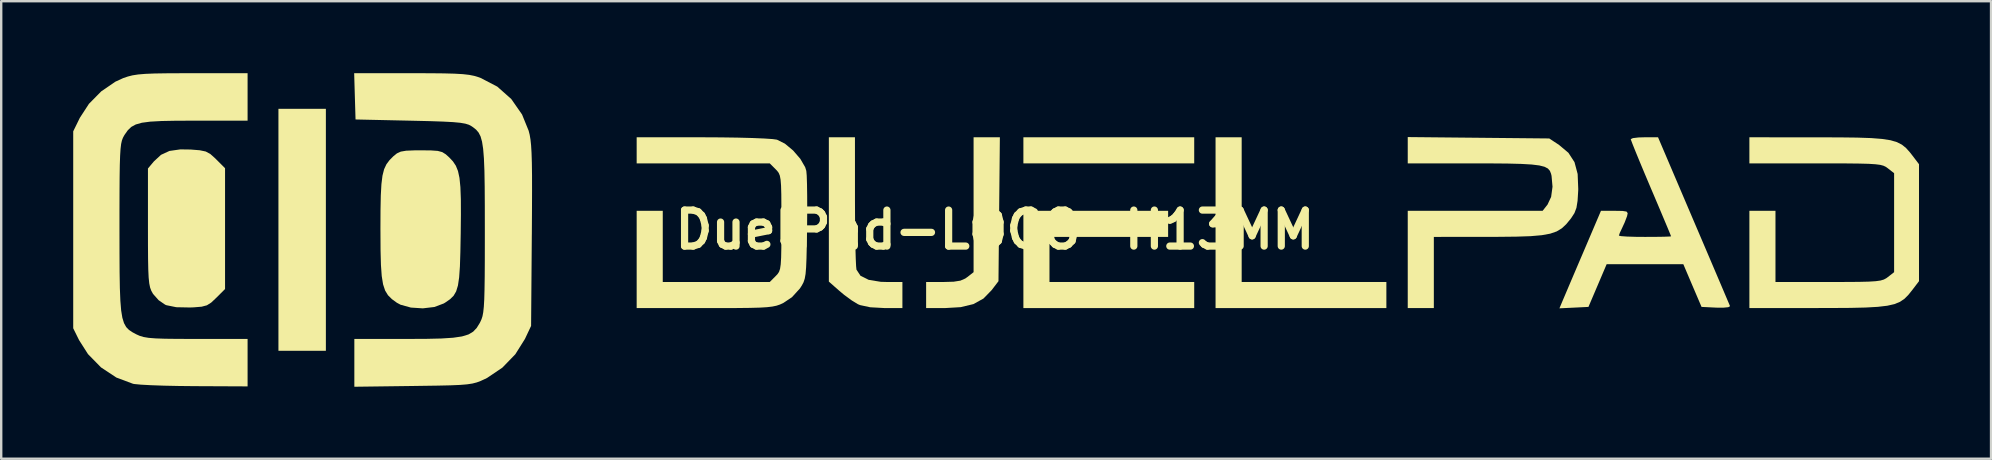
<source format=kicad_pcb>
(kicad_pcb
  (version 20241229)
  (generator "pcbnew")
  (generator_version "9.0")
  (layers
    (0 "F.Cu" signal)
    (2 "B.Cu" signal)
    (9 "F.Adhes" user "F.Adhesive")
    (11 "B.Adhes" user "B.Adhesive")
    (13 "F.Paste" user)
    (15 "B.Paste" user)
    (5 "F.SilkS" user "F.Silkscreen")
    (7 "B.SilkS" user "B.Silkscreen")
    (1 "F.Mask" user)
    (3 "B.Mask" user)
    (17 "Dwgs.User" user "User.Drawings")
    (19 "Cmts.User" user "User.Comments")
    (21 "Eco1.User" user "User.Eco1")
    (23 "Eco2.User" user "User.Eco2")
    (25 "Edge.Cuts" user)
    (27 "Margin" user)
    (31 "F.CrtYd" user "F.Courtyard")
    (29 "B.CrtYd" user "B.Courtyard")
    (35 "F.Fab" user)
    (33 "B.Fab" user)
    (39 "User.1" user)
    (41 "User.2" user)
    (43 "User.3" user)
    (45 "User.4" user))
  (footprint "DuelPad-LOGO-H13MM"
    (layer "F.Cu")
    (at 38.396 6.523)
    (property "Reference" "DuelPad-LOGO-H13MM" (at 0 0 0) (layer "F.SilkS") (effects (font (size 1.5 1.5) (thickness 0.3))))
    (attr board_only exclude_from_pos_files exclude_from_bom)
    (fp_poly (pts (xy -27.871 0) (xy -27.871 5.04) (xy -28.859 5.04) (xy -29.847 5.04) (xy -29.847 0) (xy -29.847 -5.04) (xy -28.859 -5.04) (xy -27.871 -5.04)) (stroke (width 0) (type solid)) (fill yes) (layer "F.SilkS"))
    (fp_poly (pts (xy 8.302 -3.311) (xy 8.302 -2.767) (xy 4.744 -2.767) (xy 1.186 -2.767) (xy 1.186 -3.311) (xy 1.186 -3.854) (xy 4.744 -3.854) (xy 8.302 -3.854)) (stroke (width 0) (type solid)) (fill yes) (layer "F.SilkS"))
    (fp_poly (pts (xy 10.279 -0.84) (xy 10.279 2.174) (xy 13.293 2.174) (xy 16.307 2.174) (xy 16.307 2.718) (xy 16.307 3.261) (xy 12.749 3.261) (xy 9.191 3.261) (xy 9.191 -0.296) (xy 9.191 -3.854) (xy 9.735 -3.854) (xy 10.279 -3.854)) (stroke (width 0) (type solid)) (fill yes) (layer "F.SilkS"))
    (fp_poly (pts (xy 7.215 -0.247) (xy 7.215 0.296) (xy 4.744 0.296) (xy 2.273 0.296) (xy 2.273 1.235) (xy 2.273 2.174) (xy 5.288 2.174) (xy 8.302 2.174) (xy 8.302 2.718) (xy 8.302 3.261) (xy 4.744 3.261) (xy 1.186 3.261) (xy 1.186 1.235) (xy 1.186 -0.791) (xy 4.2 -0.791) (xy 7.215 -0.791)) (stroke (width 0) (type solid)) (fill yes) (layer "F.SilkS"))
    (fp_poly (pts (xy 0.177 -0.857) (xy 0.148 2.141) (xy -0.137 2.514) (xy -0.478 2.864) (xy -0.896 3.095) (xy -1.425 3.222) (xy -2.051 3.259) (xy -2.866 3.261) (xy -2.866 2.718) (xy -2.866 2.174) (xy -2.138 2.174) (xy -1.72 2.162) (xy -1.439 2.118) (xy -1.236 2.03) (xy -1.15 1.969) (xy -0.889 1.765) (xy -0.889 -1.045) (xy -0.889 -3.854) (xy -0.342 -3.854) (xy 0.206 -3.854)) (stroke (width 0) (type solid)) (fill yes) (layer "F.SilkS"))
    (fp_poly (pts (xy -5.83 -1.211) (xy -5.827 -0.496) (xy -5.821 0.162) (xy -5.811 0.736) (xy -5.798 1.196) (xy -5.783 1.514) (xy -5.768 1.659) (xy -5.6 1.914) (xy -5.26 2.084) (xy -4.755 2.167) (xy -4.502 2.174) (xy -3.854 2.174) (xy -3.854 2.718) (xy -3.854 3.261) (xy -4.62 3.259) (xy -5.197 3.227) (xy -5.615 3.137) (xy -5.708 3.099) (xy -5.965 2.942) (xy -6.279 2.711) (xy -6.474 2.549) (xy -6.918 2.158) (xy -6.918 -0.848) (xy -6.918 -3.854) (xy -6.375 -3.854) (xy -5.831 -3.854)) (stroke (width 0) (type solid)) (fill yes) (layer "F.SilkS"))
    (fp_poly (pts (xy -33.504 -3.344) (xy -33.127 -3.314) (xy -32.877 -3.262) (xy -32.686 -3.159) (xy -32.484 -2.979) (xy -32.44 -2.935) (xy -32.071 -2.566) (xy -32.071 -0.049) (xy -32.071 2.468) (xy -32.442 2.838) (xy -32.648 3.032) (xy -32.827 3.145) (xy -33.046 3.203) (xy -33.373 3.23) (xy -33.529 3.236) (xy -34.101 3.225) (xy -34.51 3.142) (xy -34.565 3.12) (xy -34.836 2.934) (xy -35.068 2.674) (xy -35.083 2.649) (xy -35.145 2.536) (xy -35.193 2.406) (xy -35.228 2.235) (xy -35.253 1.997) (xy -35.269 1.664) (xy -35.278 1.21) (xy -35.282 0.611) (xy -35.283 -0.116) (xy -35.283 -2.554) (xy -35.038 -2.846) (xy -34.741 -3.122) (xy -34.388 -3.285) (xy -33.933 -3.35)) (stroke (width 0) (type solid)) (fill yes) (layer "F.SilkS"))
    (fp_poly (pts (xy 20.145 -3.834) (xy 23.092 -3.805) (xy 23.503 -3.533) (xy 23.891 -3.207) (xy 24.144 -2.817) (xy 24.275 -2.325) (xy 24.3 -1.697) (xy 24.298 -1.633) (xy 24.272 -1.208) (xy 24.225 -0.917) (xy 24.142 -0.697) (xy 24.005 -0.486) (xy 23.978 -0.451) (xy 23.799 -0.233) (xy 23.615 -0.062) (xy 23.401 0.068) (xy 23.131 0.161) (xy 22.778 0.225) (xy 22.317 0.265) (xy 21.721 0.285) (xy 20.965 0.293) (xy 20.582 0.294) (xy 18.284 0.296) (xy 18.284 1.779) (xy 18.284 3.261) (xy 17.74 3.261) (xy 17.197 3.261) (xy 17.197 1.235) (xy 17.197 -0.791) (xy 20.006 -0.791) (xy 22.816 -0.791) (xy 23.021 -1.051) (xy 23.17 -1.371) (xy 23.228 -1.795) (xy 23.188 -2.246) (xy 23.167 -2.335) (xy 23.119 -2.456) (xy 23.036 -2.552) (xy 22.895 -2.626) (xy 22.677 -2.681) (xy 22.36 -2.72) (xy 21.924 -2.745) (xy 21.349 -2.76) (xy 20.612 -2.766) (xy 19.91 -2.767) (xy 17.197 -2.767) (xy 17.197 -3.315) (xy 17.197 -3.863)) (stroke (width 0) (type solid)) (fill yes) (layer "F.SilkS"))
    (fp_poly (pts (xy -23.492 -3.307) (xy -23.212 -3.287) (xy -23.024 -3.237) (xy -22.875 -3.144) (xy -22.736 -3.019) (xy -22.578 -2.851) (xy -22.457 -2.67) (xy -22.367 -2.448) (xy -22.305 -2.16) (xy -22.267 -1.778) (xy -22.248 -1.277) (xy -22.246 -0.631) (xy -22.254 0.153) (xy -22.268 0.925) (xy -22.287 1.525) (xy -22.319 1.981) (xy -22.369 2.319) (xy -22.444 2.566) (xy -22.55 2.747) (xy -22.695 2.89) (xy -22.883 3.021) (xy -22.959 3.068) (xy -23.348 3.215) (xy -23.831 3.272) (xy -24.329 3.24) (xy -24.762 3.12) (xy -24.916 3.037) (xy -25.123 2.886) (xy -25.283 2.726) (xy -25.403 2.53) (xy -25.488 2.272) (xy -25.544 1.926) (xy -25.577 1.465) (xy -25.593 0.862) (xy -25.597 0.093) (xy -25.598 -0.028) (xy -25.595 -0.813) (xy -25.583 -1.428) (xy -25.557 -1.9) (xy -25.513 -2.256) (xy -25.445 -2.524) (xy -25.348 -2.731) (xy -25.218 -2.904) (xy -25.059 -3.064) (xy -24.911 -3.184) (xy -24.751 -3.257) (xy -24.528 -3.295) (xy -24.19 -3.309) (xy -23.916 -3.311)) (stroke (width 0) (type solid)) (fill yes) (layer "F.SilkS"))
    (fp_poly (pts (xy 34.27 -3.852) (xy 35.181 -3.85) (xy 35.917 -3.841) (xy 36.502 -3.821) (xy 36.958 -3.785) (xy 37.308 -3.731) (xy 37.576 -3.652) (xy 37.785 -3.545) (xy 37.957 -3.405) (xy 38.115 -3.228) (xy 38.21 -3.107) (xy 38.495 -2.733) (xy 38.495 -0.296) (xy 38.495 2.14) (xy 38.21 2.514) (xy 38.049 2.714) (xy 37.888 2.875) (xy 37.703 3) (xy 37.473 3.095) (xy 37.173 3.163) (xy 36.781 3.209) (xy 36.274 3.238) (xy 35.628 3.253) (xy 34.822 3.258) (xy 34.27 3.259) (xy 31.429 3.261) (xy 31.429 1.235) (xy 31.429 -0.791) (xy 31.972 -0.791) (xy 32.516 -0.791) (xy 32.516 0.692) (xy 32.516 2.174) (xy 34.726 2.174) (xy 35.446 2.173) (xy 35.995 2.169) (xy 36.401 2.159) (xy 36.69 2.141) (xy 36.891 2.113) (xy 37.029 2.072) (xy 37.132 2.017) (xy 37.197 1.969) (xy 37.458 1.765) (xy 37.458 -0.296) (xy 37.458 -2.358) (xy 37.197 -2.562) (xy 37.112 -2.623) (xy 37.013 -2.67) (xy 36.876 -2.706) (xy 36.677 -2.731) (xy 36.393 -2.749) (xy 35.999 -2.759) (xy 35.473 -2.765) (xy 34.79 -2.767) (xy 34.183 -2.767) (xy 31.429 -2.767) (xy 31.429 -3.311) (xy 31.429 -3.854)) (stroke (width 0) (type solid)) (fill yes) (layer "F.SilkS"))
    (fp_poly (pts (xy 27.624 -3.854) (xy 29.106 -0.38) (xy 29.439 0.399) (xy 29.747 1.121) (xy 30.022 1.767) (xy 30.256 2.316) (xy 30.439 2.747) (xy 30.564 3.041) (xy 30.621 3.177) (xy 30.623 3.182) (xy 30.553 3.224) (xy 30.334 3.245) (xy 30.047 3.242) (xy 29.436 3.212) (xy 29.056 2.323) (xy 28.677 1.433) (xy 27.08 1.433) (xy 25.483 1.433) (xy 25.104 2.323) (xy 24.725 3.212) (xy 24.12 3.242) (xy 23.516 3.271) (xy 23.653 2.945) (xy 23.736 2.751) (xy 23.88 2.411) (xy 24.072 1.96) (xy 24.296 1.435) (xy 24.519 0.914) (xy 25.246 -0.791) (xy 25.824 -0.791) (xy 26.145 -0.786) (xy 26.31 -0.76) (xy 26.359 -0.694) (xy 26.334 -0.571) (xy 26.333 -0.568) (xy 26.235 -0.31) (xy 26.129 -0.079) (xy 26.032 0.127) (xy 25.993 0.242) (xy 26.085 0.264) (xy 26.335 0.282) (xy 26.703 0.293) (xy 27.08 0.296) (xy 27.517 0.294) (xy 27.87 0.289) (xy 28.099 0.28) (xy 28.167 0.272) (xy 28.13 0.178) (xy 28.027 -0.072) (xy 27.868 -0.45) (xy 27.666 -0.93) (xy 27.43 -1.486) (xy 27.327 -1.727) (xy 27.081 -2.309) (xy 26.863 -2.831) (xy 26.685 -3.264) (xy 26.558 -3.581) (xy 26.493 -3.754) (xy 26.487 -3.777) (xy 26.577 -3.819) (xy 26.809 -3.847) (xy 27.055 -3.854)) (stroke (width 0) (type solid)) (fill yes) (layer "F.SilkS"))
    (fp_poly (pts (xy -12.181 -3.854) (xy -11.421 -3.85) (xy -10.719 -3.84) (xy -10.106 -3.824) (xy -9.608 -3.803) (xy -9.254 -3.779) (xy -9.079 -3.754) (xy -8.749 -3.589) (xy -8.407 -3.304) (xy -8.107 -2.957) (xy -7.904 -2.607) (xy -7.857 -2.455) (xy -7.84 -2.258) (xy -7.828 -1.899) (xy -7.821 -1.412) (xy -7.819 -0.834) (xy -7.824 -0.199) (xy -7.826 -0.042) (xy -7.837 0.651) (xy -7.849 1.175) (xy -7.865 1.561) (xy -7.888 1.839) (xy -7.923 2.037) (xy -7.973 2.187) (xy -8.042 2.317) (xy -8.122 2.442) (xy -8.454 2.807) (xy -8.821 3.052) (xy -8.956 3.113) (xy -9.098 3.161) (xy -9.27 3.197) (xy -9.498 3.224) (xy -9.806 3.242) (xy -10.219 3.253) (xy -10.762 3.259) (xy -11.459 3.261) (xy -12.089 3.261) (xy -14.924 3.261) (xy -14.924 1.235) (xy -14.924 -0.791) (xy -14.38 -0.791) (xy -13.837 -0.791) (xy -13.837 0.692) (xy -13.837 2.174) (xy -11.608 2.174) (xy -9.38 2.174) (xy -9.138 1.932) (xy -9.055 1.845) (xy -8.994 1.753) (xy -8.951 1.626) (xy -8.923 1.438) (xy -8.906 1.158) (xy -8.898 0.758) (xy -8.895 0.21) (xy -8.895 -0.296) (xy -8.896 -0.97) (xy -8.899 -1.474) (xy -8.909 -1.838) (xy -8.929 -2.09) (xy -8.961 -2.259) (xy -9.009 -2.373) (xy -9.076 -2.461) (xy -9.138 -2.525) (xy -9.38 -2.767) (xy -12.152 -2.767) (xy -14.924 -2.767) (xy -14.924 -3.311) (xy -14.924 -3.854)) (stroke (width 0) (type solid)) (fill yes) (layer "F.SilkS"))
    (fp_poly (pts (xy -31.132 -5.535) (xy -31.132 -4.546) (xy -33.312 -4.546) (xy -34.099 -4.544) (xy -34.715 -4.532) (xy -35.185 -4.506) (xy -35.535 -4.46) (xy -35.79 -4.388) (xy -35.977 -4.286) (xy -36.121 -4.148) (xy -36.248 -3.969) (xy -36.276 -3.924) (xy -36.326 -3.831) (xy -36.367 -3.722) (xy -36.4 -3.576) (xy -36.424 -3.373) (xy -36.442 -3.091) (xy -36.455 -2.71) (xy -36.463 -2.209) (xy -36.467 -1.567) (xy -36.469 -0.764) (xy -36.469 -0.064) (xy -36.468 0.938) (xy -36.464 1.762) (xy -36.453 2.428) (xy -36.432 2.953) (xy -36.399 3.359) (xy -36.349 3.664) (xy -36.28 3.888) (xy -36.19 4.051) (xy -36.074 4.17) (xy -35.93 4.267) (xy -35.768 4.354) (xy -35.625 4.418) (xy -35.463 4.466) (xy -35.253 4.501) (xy -34.966 4.524) (xy -34.572 4.538) (xy -34.043 4.544) (xy -33.348 4.546) (xy -33.261 4.546) (xy -31.132 4.546) (xy -31.132 5.535) (xy -31.132 6.523) (xy -33.331 6.513) (xy -33.995 6.506) (xy -34.613 6.493) (xy -35.151 6.474) (xy -35.573 6.451) (xy -35.846 6.425) (xy -35.903 6.415) (xy -36.598 6.155) (xy -37.238 5.732) (xy -37.78 5.179) (xy -38.152 4.596) (xy -38.396 4.102) (xy -38.396 0) (xy -38.396 -4.102) (xy -38.12 -4.665) (xy -37.741 -5.248) (xy -37.229 -5.767) (xy -36.642 -6.169) (xy -36.313 -6.32) (xy -36.121 -6.385) (xy -35.924 -6.435) (xy -35.691 -6.471) (xy -35.392 -6.496) (xy -34.998 -6.512) (xy -34.479 -6.52) (xy -33.804 -6.523) (xy -33.451 -6.523) (xy -31.132 -6.523)) (stroke (width 0) (type solid)) (fill yes) (layer "F.SilkS"))
    (fp_poly (pts (xy -23.557 -6.522) (xy -22.962 -6.516) (xy -22.508 -6.504) (xy -22.163 -6.484) (xy -21.901 -6.454) (xy -21.691 -6.412) (xy -21.505 -6.356) (xy -21.426 -6.327) (xy -20.731 -5.965) (xy -20.149 -5.45) (xy -19.699 -4.804) (xy -19.423 -4.126) (xy -19.381 -3.959) (xy -19.348 -3.763) (xy -19.322 -3.517) (xy -19.303 -3.201) (xy -19.29 -2.793) (xy -19.283 -2.272) (xy -19.282 -1.618) (xy -19.285 -0.808) (xy -19.291 0.177) (xy -19.292 0.217) (xy -19.322 4.003) (xy -19.578 4.546) (xy -19.979 5.185) (xy -20.521 5.744) (xy -21.152 6.169) (xy -21.249 6.217) (xy -21.424 6.297) (xy -21.587 6.358) (xy -21.766 6.404) (xy -21.991 6.438) (xy -22.288 6.462) (xy -22.687 6.479) (xy -23.216 6.491) (xy -23.902 6.501) (xy -24.239 6.506) (xy -26.685 6.538) (xy -26.685 5.542) (xy -26.685 4.546) (xy -24.514 4.546) (xy -23.702 4.543) (xy -23.062 4.528) (xy -22.57 4.496) (xy -22.202 4.442) (xy -21.932 4.36) (xy -21.735 4.243) (xy -21.587 4.087) (xy -21.463 3.886) (xy -21.437 3.835) (xy -21.387 3.725) (xy -21.346 3.598) (xy -21.315 3.432) (xy -21.291 3.205) (xy -21.273 2.897) (xy -21.262 2.487) (xy -21.254 1.951) (xy -21.25 1.271) (xy -21.249 0.423) (xy -21.249 0.001) (xy -21.25 -0.99) (xy -21.255 -1.802) (xy -21.266 -2.457) (xy -21.287 -2.973) (xy -21.319 -3.371) (xy -21.365 -3.67) (xy -21.427 -3.89) (xy -21.509 -4.05) (xy -21.612 -4.171) (xy -21.74 -4.273) (xy -21.804 -4.316) (xy -21.915 -4.376) (xy -22.063 -4.422) (xy -22.273 -4.458) (xy -22.573 -4.486) (xy -22.989 -4.508) (xy -23.547 -4.527) (xy -24.273 -4.544) (xy -24.358 -4.546) (xy -26.635 -4.596) (xy -26.664 -5.559) (xy -26.692 -6.523) (xy -24.32 -6.523)) (stroke (width 0) (type solid)) (fill yes) (layer "F.SilkS")))
  (gr_rect
    (start -3 -3)
    (end 79.892 16.061)
    (stroke (width 0.1) (type default))
    (fill no)
    (layer "Edge.Cuts")))
</source>
